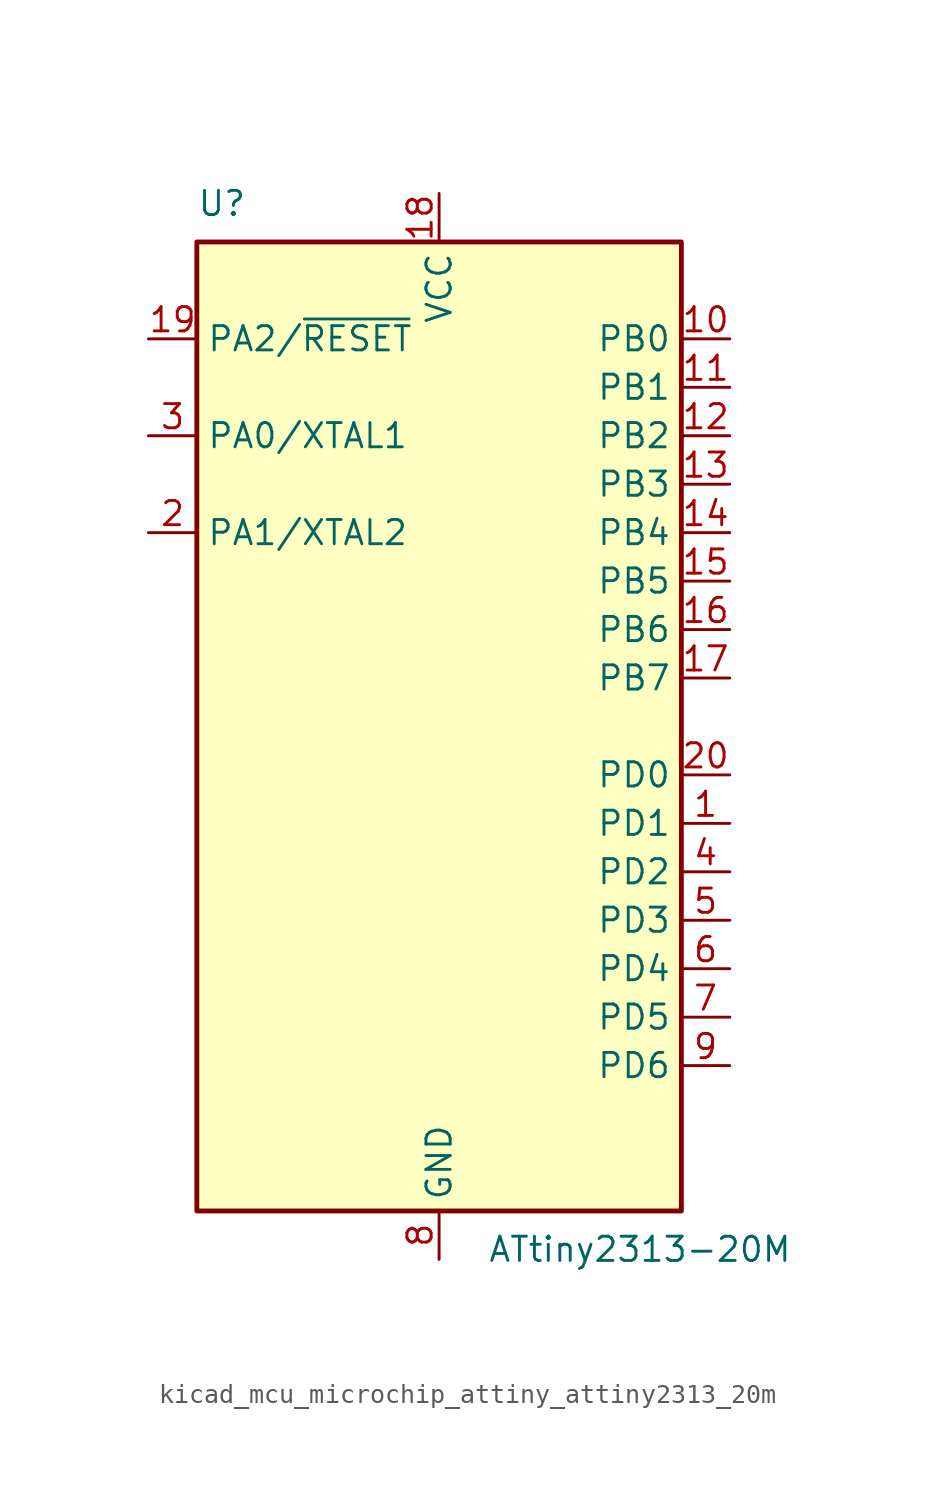
<source format=kicad_sym>
(kicad_symbol_lib
  (version 20220914)
  (generator kicad_symbol_editor)
  (symbol "kicad_mcu_microchip_attiny_attiny2313_20m"
    (property "Reference" "U"
      (at -12.7 26.67 0)
      (effects (font (size 1.27 1.27)) (justify left bottom)))
    (property "Value" "ATtiny2313-20M"
      (at 2.54 -26.67 0)
      (effects (font (size 1.27 1.27)) (justify left top)))
    (symbol "kicad_mcu_microchip_attiny_attiny2313_20m_0_1"
      (rectangle (start -12.7 -25.4) (end 12.7 25.4) (stroke (width 0.254) (type default)) (fill (type background))))
    (symbol "kicad_mcu_microchip_attiny_attiny2313_20m_1_1"
      (pin bidirectional line (at 15.24 -5.08 180) (length 2.54) (name "PD1" (effects (font (size 1.27 1.27)))) (number "1" (effects (font (size 1.27 1.27)))))
      (pin bidirectional line (at 15.24 20.32 180) (length 2.54) (name "PB0" (effects (font (size 1.27 1.27)))) (number "10" (effects (font (size 1.27 1.27)))))
      (pin bidirectional line (at 15.24 17.78 180) (length 2.54) (name "PB1" (effects (font (size 1.27 1.27)))) (number "11" (effects (font (size 1.27 1.27)))))
      (pin bidirectional line (at 15.24 15.24 180) (length 2.54) (name "PB2" (effects (font (size 1.27 1.27)))) (number "12" (effects (font (size 1.27 1.27)))))
      (pin bidirectional line (at 15.24 12.7 180) (length 2.54) (name "PB3" (effects (font (size 1.27 1.27)))) (number "13" (effects (font (size 1.27 1.27)))))
      (pin bidirectional line (at 15.24 10.16 180) (length 2.54) (name "PB4" (effects (font (size 1.27 1.27)))) (number "14" (effects (font (size 1.27 1.27)))))
      (pin bidirectional line (at 15.24 7.62 180) (length 2.54) (name "PB5" (effects (font (size 1.27 1.27)))) (number "15" (effects (font (size 1.27 1.27)))))
      (pin bidirectional line (at 15.24 5.08 180) (length 2.54) (name "PB6" (effects (font (size 1.27 1.27)))) (number "16" (effects (font (size 1.27 1.27)))))
      (pin bidirectional line (at 15.24 2.54 180) (length 2.54) (name "PB7" (effects (font (size 1.27 1.27)))) (number "17" (effects (font (size 1.27 1.27)))))
      (pin power_in line (at 0 27.94 270) (length 2.54) (name "VCC" (effects (font (size 1.27 1.27)))) (number "18" (effects (font (size 1.27 1.27)))))
      (pin bidirectional line (at -15.24 20.32 0) (length 2.54) (name "PA2/~{RESET}" (effects (font (size 1.27 1.27)))) (number "19" (effects (font (size 1.27 1.27)))))
      (pin bidirectional line (at -15.24 10.16 0) (length 2.54) (name "PA1/XTAL2" (effects (font (size 1.27 1.27)))) (number "2" (effects (font (size 1.27 1.27)))))
      (pin bidirectional line (at 15.24 -2.54 180) (length 2.54) (name "PD0" (effects (font (size 1.27 1.27)))) (number "20" (effects (font (size 1.27 1.27)))))
      (pin passive line (at 0 -27.94 90) (length 2.54) hide (name "GND" (effects (font (size 1.27 1.27)))) (number "21" (effects (font (size 1.27 1.27)))))
      (pin bidirectional line (at -15.24 15.24 0) (length 2.54) (name "PA0/XTAL1" (effects (font (size 1.27 1.27)))) (number "3" (effects (font (size 1.27 1.27)))))
      (pin bidirectional line (at 15.24 -7.62 180) (length 2.54) (name "PD2" (effects (font (size 1.27 1.27)))) (number "4" (effects (font (size 1.27 1.27)))))
      (pin bidirectional line (at 15.24 -10.16 180) (length 2.54) (name "PD3" (effects (font (size 1.27 1.27)))) (number "5" (effects (font (size 1.27 1.27)))))
      (pin bidirectional line (at 15.24 -12.7 180) (length 2.54) (name "PD4" (effects (font (size 1.27 1.27)))) (number "6" (effects (font (size 1.27 1.27)))))
      (pin bidirectional line (at 15.24 -15.24 180) (length 2.54) (name "PD5" (effects (font (size 1.27 1.27)))) (number "7" (effects (font (size 1.27 1.27)))))
      (pin power_in line (at 0 -27.94 90) (length 2.54) (name "GND" (effects (font (size 1.27 1.27)))) (number "8" (effects (font (size 1.27 1.27)))))
      (pin bidirectional line (at 15.24 -17.78 180) (length 2.54) (name "PD6" (effects (font (size 1.27 1.27)))) (number "9" (effects (font (size 1.27 1.27))))))))
</source>
